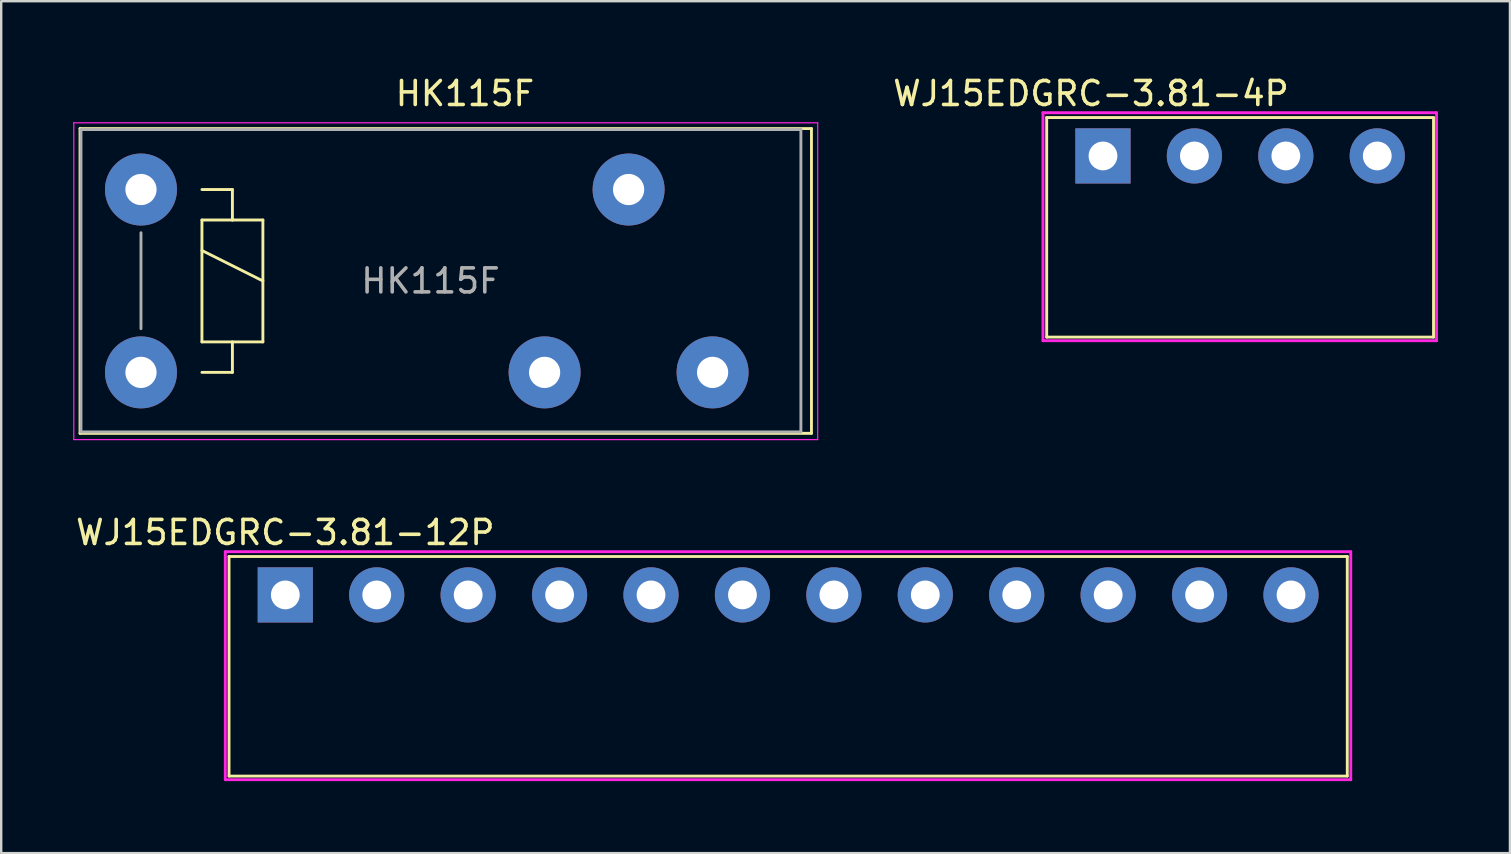
<source format=kicad_pcb>
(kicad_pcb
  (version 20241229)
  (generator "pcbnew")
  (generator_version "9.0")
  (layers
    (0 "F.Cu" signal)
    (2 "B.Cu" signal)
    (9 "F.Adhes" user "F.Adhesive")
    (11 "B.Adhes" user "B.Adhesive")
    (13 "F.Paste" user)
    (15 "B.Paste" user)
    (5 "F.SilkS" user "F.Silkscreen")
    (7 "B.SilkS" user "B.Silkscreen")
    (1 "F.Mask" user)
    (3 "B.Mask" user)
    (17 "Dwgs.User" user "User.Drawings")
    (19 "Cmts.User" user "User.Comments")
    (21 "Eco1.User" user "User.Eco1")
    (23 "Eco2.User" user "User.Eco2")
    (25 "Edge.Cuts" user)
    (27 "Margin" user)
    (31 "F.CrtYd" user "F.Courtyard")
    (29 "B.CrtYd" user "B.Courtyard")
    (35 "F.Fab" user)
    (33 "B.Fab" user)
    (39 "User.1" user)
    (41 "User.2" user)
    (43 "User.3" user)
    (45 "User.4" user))
  (footprint "HK115F"
    (layer "F.Cu")
    (at 2.825 4.848)
    (property "Reference" "HK115F" (at 13.5 -4 0) (layer "F.SilkS") (effects (font (size 1 1) (thickness 0.15))))
    (attr through_hole)
    (fp_line (start -2.54 -2.54) (end 27.94 -2.54) (stroke (width 0.12) (type solid)) (layer "F.SilkS"))
    (fp_line (start -2.54 10.16) (end -2.54 -2.54) (stroke (width 0.12) (type solid)) (layer "F.SilkS"))
    (fp_line (start 2.54 0) (end 3.81 0) (stroke (width 0.12) (type solid)) (layer "F.SilkS"))
    (fp_line (start 2.54 1.27) (end 3.81 1.27) (stroke (width 0.12) (type solid)) (layer "F.SilkS"))
    (fp_line (start 2.54 2.54) (end 5.08 3.81) (stroke (width 0.12) (type solid)) (layer "F.SilkS"))
    (fp_line (start 2.54 6.35) (end 2.54 1.27) (stroke (width 0.12) (type solid)) (layer "F.SilkS"))
    (fp_line (start 3.81 0) (end 3.81 1.27) (stroke (width 0.12) (type solid)) (layer "F.SilkS"))
    (fp_line (start 3.81 1.27) (end 5.08 1.27) (stroke (width 0.12) (type solid)) (layer "F.SilkS"))
    (fp_line (start 3.81 6.35) (end 3.81 7.62) (stroke (width 0.12) (type solid)) (layer "F.SilkS"))
    (fp_line (start 3.81 7.62) (end 2.54 7.62) (stroke (width 0.12) (type solid)) (layer "F.SilkS"))
    (fp_line (start 5.08 1.27) (end 5.08 6.35) (stroke (width 0.12) (type solid)) (layer "F.SilkS"))
    (fp_line (start 5.08 6.35) (end 2.54 6.35) (stroke (width 0.12) (type solid)) (layer "F.SilkS"))
    (fp_line (start 27.94 -2.54) (end 27.94 10.16) (stroke (width 0.12) (type solid)) (layer "F.SilkS"))
    (fp_line (start 27.94 10.16) (end -2.54 10.16) (stroke (width 0.12) (type solid)) (layer "F.SilkS"))
    (fp_line (start -2.5 10.1) (end 27.5 -2.5) (stroke (width 0.02) (type solid)) (layer "Eco1.User"))
    (fp_line (start 27.5 10.1) (end -2.5 -2.5) (stroke (width 0.02) (type solid)) (layer "Eco1.User"))
    (fp_line (start -2.8 -2.78) (end 28.2 -2.78) (stroke (width 0.05) (type solid)) (layer "F.CrtYd"))
    (fp_line (start -2.8 10.42) (end -2.8 -2.78) (stroke (width 0.05) (type solid)) (layer "F.CrtYd"))
    (fp_line (start 28.2 -2.78) (end 28.2 10.42) (stroke (width 0.05) (type solid)) (layer "F.CrtYd"))
    (fp_line (start 28.2 10.42) (end -2.8 10.42) (stroke (width 0.05) (type solid)) (layer "F.CrtYd"))
    (fp_line (start -2.5 -2.5) (end 27.5 -2.5) (stroke (width 0.12) (type solid)) (layer "F.Fab"))
    (fp_line (start -2.5 10.1) (end -2.5 -2.5) (stroke (width 0.12) (type solid)) (layer "F.Fab"))
    (fp_line (start 0 1.8) (end 0 5.8) (stroke (width 0.12) (type solid)) (layer "F.Fab"))
    (fp_line (start 27.5 -2.5) (end 27.5 10.1) (stroke (width 0.12) (type solid)) (layer "F.Fab"))
    (fp_line (start 27.5 10.1) (end -2.5 10.1) (stroke (width 0.12) (type solid)) (layer "F.Fab"))
    (fp_text user "${REFERENCE}" (at 12.065 3.81 0) (layer "F.Fab") (effects (font (size 1 1) (thickness 0.15))))
    (pad "1" thru_hole circle (at 0 7.62) (size 3 3) (drill 1.3) (layers "*.Cu" "*.Mask"))
    (pad "2" thru_hole circle (at 16.82 7.62) (size 3 3) (drill 1.3) (layers "*.Cu" "*.Mask"))
    (pad "3" thru_hole circle (at 23.82 7.62) (size 3 3) (drill 1.3) (layers "*.Cu" "*.Mask"))
    (pad "4" thru_hole circle (at 20.32 0) (size 3 3) (drill 1.3) (layers "*.Cu" "*.Mask"))
    (pad "5" thru_hole circle (at 0 0) (size 3 3) (drill 1.3) (layers "*.Cu" "*.Mask")))
  (footprint "WJ15EDGRC-3.81-4P"
    (layer "F.Cu")
    (at 42.913 3.448)
    (property "Reference" "WJ15EDGRC-3.81-4P" (at -0.5 -2.6 0) (layer "F.SilkS") (effects (font (size 1 1) (thickness 0.15))))
    (attr through_hole)
    (fp_line (start -2.345 -1.6) (end -2.345 7.55) (stroke (width 0.12) (type solid)) (layer "F.SilkS"))
    (fp_line (start -2.345 -1.6) (end 13.775 -1.6) (stroke (width 0.12) (type solid)) (layer "F.SilkS"))
    (fp_line (start -2.345 7.55) (end 13.775 7.55) (stroke (width 0.12) (type solid)) (layer "F.SilkS"))
    (fp_line (start 13.775 7.55) (end 13.775 -1.6) (stroke (width 0.12) (type solid)) (layer "F.SilkS"))
    (fp_line (start 5.6 0) (end 5.83 0) (stroke (width 0.02) (type solid)) (layer "Eco1.User"))
    (fp_line (start 5.715 0.1) (end 5.715 -0.1) (stroke (width 0.02) (type solid)) (layer "Eco1.User"))
    (fp_line (start -2.5 -1.8) (end -2.5 7.7) (stroke (width 0.12) (type solid)) (layer "F.CrtYd"))
    (fp_line (start -2.5 7.7) (end 13.9 7.7) (stroke (width 0.12) (type solid)) (layer "F.CrtYd"))
    (fp_line (start 13.9 -1.8) (end -2.5 -1.8) (stroke (width 0.12) (type solid)) (layer "F.CrtYd"))
    (fp_line (start 13.9 7.7) (end 13.9 -1.8) (stroke (width 0.12) (type solid)) (layer "F.CrtYd"))
    (pad "1" thru_hole rect (at 0 0) (size 2.3 2.3) (drill 1.2) (layers "*.Cu" "*.Mask"))
    (pad "2" thru_hole circle (at 3.81 0) (size 2.3 2.3) (drill 1.2) (layers "*.Cu" "*.Mask"))
    (pad "3" thru_hole circle (at 7.62 0) (size 2.3 2.3) (drill 1.2) (layers "*.Cu" "*.Mask"))
    (pad "4" thru_hole circle (at 11.43 0) (size 2.3 2.3) (drill 1.2) (layers "*.Cu" "*.Mask")))
  (footprint "WJ15EDGRC-3.81-12P"
    (layer "F.Cu")
    (at 8.839 21.741)
    (property "Reference" "WJ15EDGRC-3.81-12P" (at 0 -2.6 0) (layer "F.SilkS") (effects (font (size 1 1) (thickness 0.15))))
    (attr through_hole)
    (fp_line (start -2.345 -1.6) (end -2.345 7.55) (stroke (width 0.12) (type solid)) (layer "F.SilkS"))
    (fp_line (start -2.345 7.55) (end 44.255 7.55) (stroke (width 0.12) (type solid)) (layer "F.SilkS"))
    (fp_line (start 44.255 -1.6) (end -2.345 -1.6) (stroke (width 0.12) (type solid)) (layer "F.SilkS"))
    (fp_line (start 44.255 7.55) (end 44.255 -1.6) (stroke (width 0.12) (type solid)) (layer "F.SilkS"))
    (fp_line (start 20.805 0) (end 21.105 0) (stroke (width 0.02) (type solid)) (layer "Eco1.User"))
    (fp_line (start 20.955 0.15) (end 20.955 -0.15) (stroke (width 0.02) (type solid)) (layer "Eco1.User"))
    (fp_line (start -2.5 -1.8) (end -2.5 7.7) (stroke (width 0.12) (type solid)) (layer "F.CrtYd"))
    (fp_line (start -2.5 7.7) (end 44.4 7.7) (stroke (width 0.12) (type solid)) (layer "F.CrtYd"))
    (fp_line (start 44.4 -1.8) (end -2.5 -1.8) (stroke (width 0.12) (type solid)) (layer "F.CrtYd"))
    (fp_line (start 44.4 7.7) (end 44.4 -1.8) (stroke (width 0.12) (type solid)) (layer "F.CrtYd"))
    (pad "1" thru_hole rect (at 0 0) (size 2.3 2.3) (drill 1.2) (layers "*.Cu" "*.Mask"))
    (pad "2" thru_hole circle (at 3.81 0) (size 2.3 2.3) (drill 1.2) (layers "*.Cu" "*.Mask"))
    (pad "3" thru_hole circle (at 7.62 0) (size 2.3 2.3) (drill 1.2) (layers "*.Cu" "*.Mask"))
    (pad "4" thru_hole circle (at 11.43 0) (size 2.3 2.3) (drill 1.2) (layers "*.Cu" "*.Mask"))
    (pad "5" thru_hole circle (at 15.24 0) (size 2.3 2.3) (drill 1.2) (layers "*.Cu" "*.Mask"))
    (pad "6" thru_hole circle (at 19.05 0) (size 2.3 2.3) (drill 1.2) (layers "*.Cu" "*.Mask"))
    (pad "7" thru_hole circle (at 22.86 0) (size 2.3 2.3) (drill 1.2) (layers "*.Cu" "*.Mask"))
    (pad "8" thru_hole circle (at 26.67 0) (size 2.3 2.3) (drill 1.2) (layers "*.Cu" "*.Mask"))
    (pad "9" thru_hole circle (at 30.48 0) (size 2.3 2.3) (drill 1.2) (layers "*.Cu" "*.Mask"))
    (pad "10" thru_hole circle (at 34.29 0) (size 2.3 2.3) (drill 1.2) (layers "*.Cu" "*.Mask"))
    (pad "11" thru_hole circle (at 38.1 0) (size 2.3 2.3) (drill 1.2) (layers "*.Cu" "*.Mask"))
    (pad "12" thru_hole circle (at 41.91 0) (size 2.3 2.3) (drill 1.2) (layers "*.Cu" "*.Mask")))
  (gr_rect
    (start -3 -3)
    (end 59.873 32.502)
    (stroke (width 0.1) (type default))
    (fill no)
    (layer "Edge.Cuts")))
</source>
